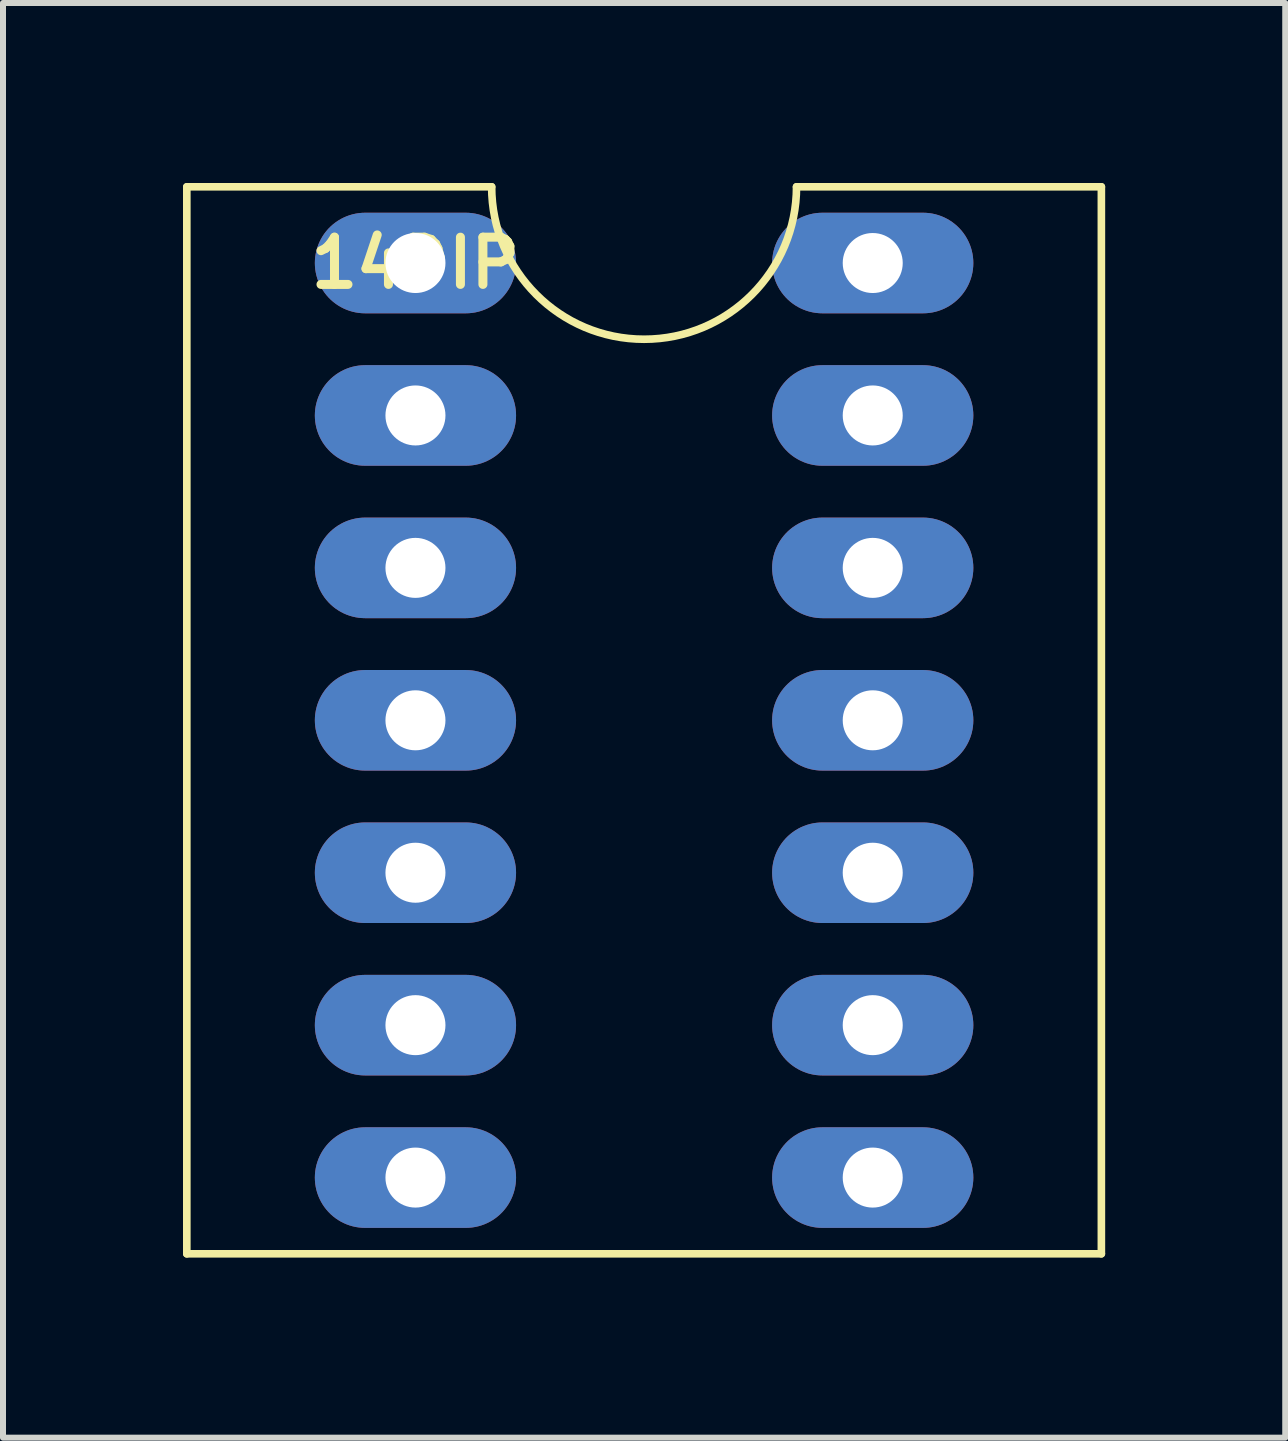
<source format=kicad_pcb>
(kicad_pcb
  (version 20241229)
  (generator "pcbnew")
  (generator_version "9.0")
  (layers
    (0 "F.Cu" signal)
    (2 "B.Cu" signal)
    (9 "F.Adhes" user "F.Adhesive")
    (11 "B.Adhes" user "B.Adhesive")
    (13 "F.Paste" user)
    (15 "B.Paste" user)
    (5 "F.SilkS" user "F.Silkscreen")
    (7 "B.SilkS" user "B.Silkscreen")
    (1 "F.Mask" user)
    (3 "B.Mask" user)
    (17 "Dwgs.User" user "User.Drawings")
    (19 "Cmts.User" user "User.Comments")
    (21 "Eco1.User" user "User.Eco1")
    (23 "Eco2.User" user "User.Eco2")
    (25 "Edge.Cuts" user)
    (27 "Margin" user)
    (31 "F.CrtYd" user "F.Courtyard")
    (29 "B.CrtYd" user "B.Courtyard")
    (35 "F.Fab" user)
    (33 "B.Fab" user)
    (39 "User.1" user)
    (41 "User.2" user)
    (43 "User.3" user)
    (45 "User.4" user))
  (footprint "14DIP"
    (layer "F.Cu")
    (at 3.873 1.333)
    (property "Reference" "14DIP" (at 0 0 0) (layer "F.SilkS") (effects (font (size 0.787 0.787) (thickness 0.15))))
    (attr through_hole)
    (fp_line (start -3.81 -1.27) (end -3.81 16.51) (stroke (width 0.127) (type solid)) (layer "F.SilkS"))
    (fp_line (start -3.81 16.51) (end 11.43 16.51) (stroke (width 0.127) (type solid)) (layer "F.SilkS"))
    (fp_line (start 1.27 -1.27) (end -3.81 -1.27) (stroke (width 0.127) (type solid)) (layer "F.SilkS"))
    (fp_line (start 11.43 -1.27) (end 6.35 -1.27) (stroke (width 0.127) (type solid)) (layer "F.SilkS"))
    (fp_line (start 11.43 16.51) (end 11.43 -1.27) (stroke (width 0.127) (type solid)) (layer "F.SilkS"))
    (fp_arc (start 6.35 -1.27) (mid 3.81 1.27) (end 1.27 -1.27) (stroke (width 0.127) (type solid)) (layer "F.SilkS"))
    (pad "1" thru_hole oval (at 0 0) (size 3.353 1.676) (drill 1) (layers "*.Cu" "*.Mask"))
    (pad "2" thru_hole oval (at 0 2.54) (size 3.353 1.676) (drill 1) (layers "*.Cu" "*.Mask"))
    (pad "3" thru_hole oval (at 0 5.08) (size 3.353 1.676) (drill 1) (layers "*.Cu" "*.Mask"))
    (pad "4" thru_hole oval (at 0 7.62) (size 3.353 1.676) (drill 1) (layers "*.Cu" "*.Mask"))
    (pad "5" thru_hole oval (at 0 10.16) (size 3.353 1.676) (drill 1) (layers "*.Cu" "*.Mask"))
    (pad "6" thru_hole oval (at 0 12.7) (size 3.353 1.676) (drill 1) (layers "*.Cu" "*.Mask"))
    (pad "7" thru_hole oval (at 0 15.24) (size 3.353 1.676) (drill 1) (layers "*.Cu" "*.Mask"))
    (pad "8" thru_hole oval (at 7.62 15.24) (size 3.353 1.676) (drill 1) (layers "*.Cu" "*.Mask"))
    (pad "9" thru_hole oval (at 7.62 12.7) (size 3.353 1.676) (drill 1) (layers "*.Cu" "*.Mask"))
    (pad "10" thru_hole oval (at 7.62 10.16) (size 3.353 1.676) (drill 1) (layers "*.Cu" "*.Mask"))
    (pad "11" thru_hole oval (at 7.62 7.62) (size 3.353 1.676) (drill 1) (layers "*.Cu" "*.Mask"))
    (pad "12" thru_hole oval (at 7.62 5.08) (size 3.353 1.676) (drill 1) (layers "*.Cu" "*.Mask"))
    (pad "13" thru_hole oval (at 7.62 2.54) (size 3.353 1.676) (drill 1) (layers "*.Cu" "*.Mask"))
    (pad "14" thru_hole oval (at 7.62 0) (size 3.353 1.676) (drill 1) (layers "*.Cu" "*.Mask")))
  (gr_rect
    (start -3 -3)
    (end 18.367 20.907)
    (stroke (width 0.1) (type default))
    (fill no)
    (layer "Edge.Cuts")))
</source>
